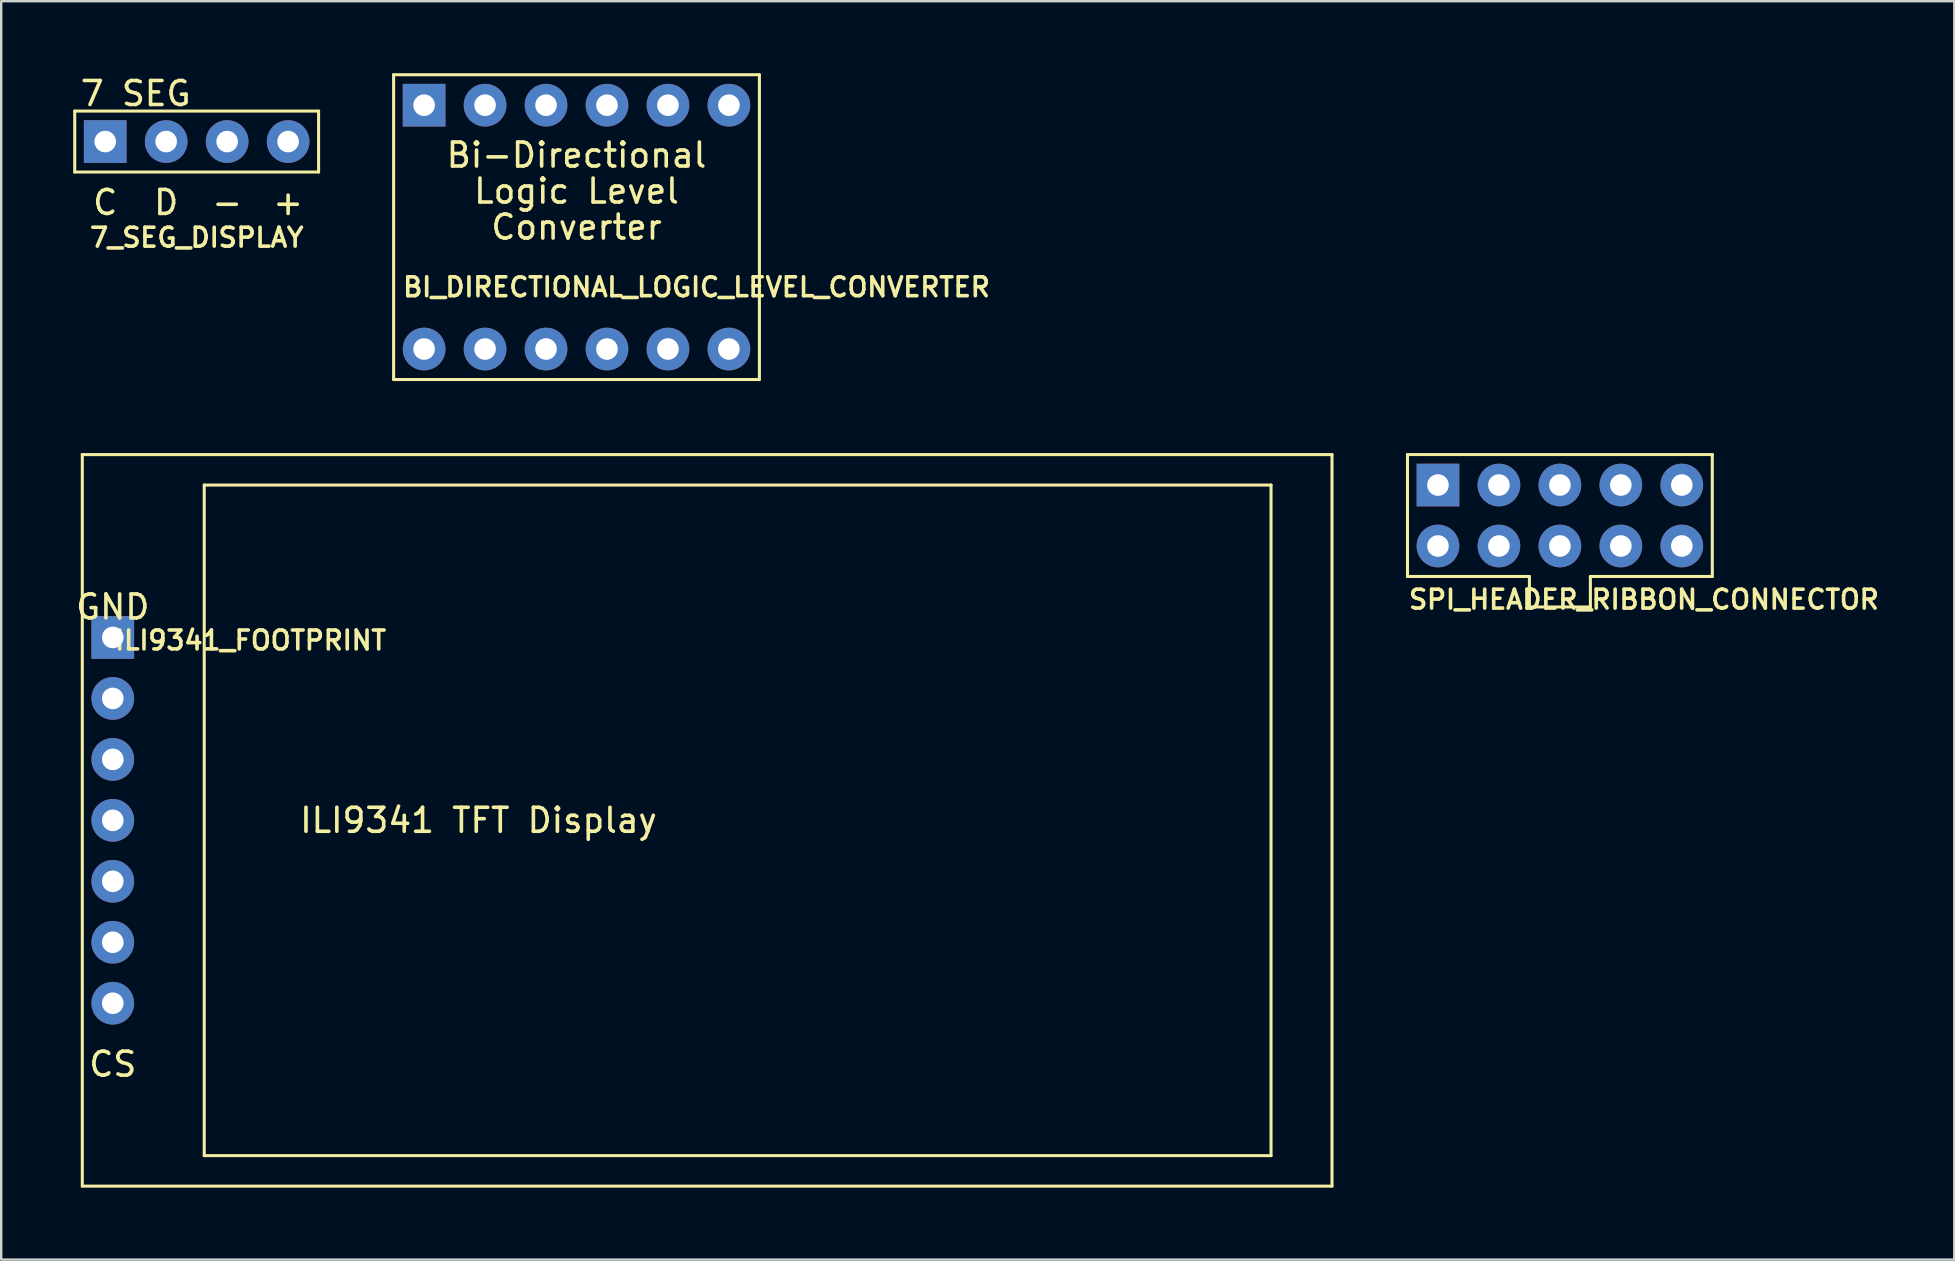
<source format=kicad_pcb>
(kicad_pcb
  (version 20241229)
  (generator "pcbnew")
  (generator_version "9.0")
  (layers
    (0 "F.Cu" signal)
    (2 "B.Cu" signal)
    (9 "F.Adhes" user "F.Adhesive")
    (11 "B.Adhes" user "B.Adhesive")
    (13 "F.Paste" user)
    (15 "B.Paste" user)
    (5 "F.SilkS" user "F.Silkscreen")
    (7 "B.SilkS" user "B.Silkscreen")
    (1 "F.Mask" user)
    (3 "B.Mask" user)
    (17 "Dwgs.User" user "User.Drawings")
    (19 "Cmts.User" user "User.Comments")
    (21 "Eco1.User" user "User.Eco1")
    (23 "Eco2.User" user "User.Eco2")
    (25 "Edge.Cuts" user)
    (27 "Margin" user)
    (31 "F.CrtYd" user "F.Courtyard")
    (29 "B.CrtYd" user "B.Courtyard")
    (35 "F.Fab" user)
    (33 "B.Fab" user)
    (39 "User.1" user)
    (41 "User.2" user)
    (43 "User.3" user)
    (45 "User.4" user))
  (footprint "7_SEG_DISPLAY"
    (layer "F.Cu")
    (at 5.144 2.848)
    (property "Reference" "7_SEG_DISPLAY" (at 0 4 0) (layer "F.SilkS") (effects (font (size 0.787 0.787) (thickness 0.15))))
    (attr through_hole)
    (fp_line (start -5.08 -1.27) (end -5.08 1.27) (stroke (width 0.127) (type solid)) (layer "F.SilkS"))
    (fp_line (start -5.08 1.27) (end 5.08 1.27) (stroke (width 0.127) (type solid)) (layer "F.SilkS"))
    (fp_line (start 5.08 -1.27) (end -5.08 -1.27) (stroke (width 0.127) (type solid)) (layer "F.SilkS"))
    (fp_line (start 5.08 1.27) (end 5.08 -1.27) (stroke (width 0.127) (type solid)) (layer "F.SilkS"))
    (fp_text user "D" (at -1.27 2.54 0) (layer "F.SilkS") (effects (font (size 1 1) (thickness 0.15))))
    (fp_text user "C" (at -3.81 2.54 0) (layer "F.SilkS") (effects (font (size 1 1) (thickness 0.15))))
    (fp_text user "7 SEG" (at -2.54 -2 0) (layer "F.SilkS") (effects (font (size 1 1) (thickness 0.15))))
    (fp_text user "-" (at 1.27 2.54 0) (layer "F.SilkS") (effects (font (size 1 1) (thickness 0.15))))
    (fp_text user "+" (at 3.81 2.54 0) (layer "F.SilkS") (effects (font (size 1 1) (thickness 0.15))))
    (pad "CLK" thru_hole rect (at -3.81 0) (size 1.778 1.778) (drill 0.9) (layers "*.Cu" "*.Mask"))
    (pad "DIO" thru_hole circle (at -1.27 0) (size 1.778 1.778) (drill 0.9) (layers "*.Cu" "*.Mask"))
    (pad "GND" thru_hole circle (at 1.27 0) (size 1.778 1.778) (drill 0.9) (layers "*.Cu" "*.Mask"))
    (pad "VCC" thru_hole circle (at 3.81 0) (size 1.778 1.778) (drill 0.9) (layers "*.Cu" "*.Mask")))
  (footprint "SPI_HEADER_RIBBON_CONNECTOR"
    (layer "F.Cu")
    (at 61.945 18.43)
    (property "Reference" "SPI_HEADER_RIBBON_CONNECTOR" (at 3.5 3.5 0) (layer "F.SilkS") (effects (font (size 0.787 0.787) (thickness 0.15))))
    (attr through_hole)
    (fp_line (start -6.35 -2.54) (end -6.35 2.54) (stroke (width 0.127) (type solid)) (layer "F.SilkS"))
    (fp_line (start -6.35 2.54) (end -1.27 2.54) (stroke (width 0.127) (type solid)) (layer "F.SilkS"))
    (fp_line (start -1.27 2.54) (end -1.27 3.81) (stroke (width 0.127) (type solid)) (layer "F.SilkS"))
    (fp_line (start -1.27 3.81) (end 1.27 3.81) (stroke (width 0.127) (type solid)) (layer "F.SilkS"))
    (fp_line (start 1.27 2.54) (end 6.35 2.54) (stroke (width 0.127) (type solid)) (layer "F.SilkS"))
    (fp_line (start 1.27 3.81) (end 1.27 2.54) (stroke (width 0.127) (type solid)) (layer "F.SilkS"))
    (fp_line (start 6.35 -2.54) (end -6.35 -2.54) (stroke (width 0.127) (type solid)) (layer "F.SilkS"))
    (fp_line (start 6.35 2.54) (end 6.35 -2.54) (stroke (width 0.127) (type solid)) (layer "F.SilkS"))
    (pad "3V3" thru_hole rect (at -5.08 -1.27) (size 1.778 1.778) (drill 0.9) (layers "*.Cu" "*.Mask"))
    (pad "5V" thru_hole circle (at -2.54 -1.27) (size 1.778 1.778) (drill 0.9) (layers "*.Cu" "*.Mask"))
    (pad "GND" thru_hole circle (at 0 -1.27) (size 1.778 1.778) (drill 0.9) (layers "*.Cu" "*.Mask"))
    (pad "MISO" thru_hole circle (at 5.08 1.27) (size 1.778 1.778) (drill 0.9) (layers "*.Cu" "*.Mask"))
    (pad "MOSI" thru_hole circle (at 5.08 -1.27) (size 1.778 1.778) (drill 0.9) (layers "*.Cu" "*.Mask"))
    (pad "SCK" thru_hole circle (at 2.54 -1.27) (size 1.778 1.778) (drill 0.9) (layers "*.Cu" "*.Mask"))
    (pad "SD_CS" thru_hole circle (at 2.54 1.27) (size 1.778 1.778) (drill 0.9) (layers "*.Cu" "*.Mask"))
    (pad "SPKR" thru_hole circle (at -5.08 1.27) (size 1.778 1.778) (drill 0.9) (layers "*.Cu" "*.Mask"))
    (pad "TFT_CS" thru_hole circle (at 0 1.27) (size 1.778 1.778) (drill 0.9) (layers "*.Cu" "*.Mask"))
    (pad "TFT_DC" thru_hole circle (at -2.54 1.27) (size 1.778 1.778) (drill 0.9) (layers "*.Cu" "*.Mask")))
  (footprint "ILI9341_FOOTPRINT"
    (layer "F.Cu")
    (at 16.889 31.131)
    (property "Reference" "ILI9341_FOOTPRINT" (at -9.5 -7.5 0) (layer "F.SilkS") (effects (font (size 0.787 0.787) (thickness 0.15))))
    (attr through_hole)
    (fp_line (start -16.51 -15.24) (end -16.51 15.24) (stroke (width 0.127) (type solid)) (layer "F.SilkS"))
    (fp_line (start -16.51 15.24) (end 35.56 15.24) (stroke (width 0.127) (type solid)) (layer "F.SilkS"))
    (fp_line (start -11.43 -13.97) (end -11.43 13.97) (stroke (width 0.127) (type solid)) (layer "F.SilkS"))
    (fp_line (start -11.43 13.97) (end 33.02 13.97) (stroke (width 0.127) (type solid)) (layer "F.SilkS"))
    (fp_line (start 33.02 -13.97) (end -11.43 -13.97) (stroke (width 0.127) (type solid)) (layer "F.SilkS"))
    (fp_line (start 33.02 13.97) (end 33.02 -13.97) (stroke (width 0.127) (type solid)) (layer "F.SilkS"))
    (fp_line (start 35.56 -15.24) (end -16.51 -15.24) (stroke (width 0.127) (type solid)) (layer "F.SilkS"))
    (fp_line (start 35.56 15.24) (end 35.56 -15.24) (stroke (width 0.127) (type solid)) (layer "F.SilkS"))
    (fp_text user "ILI9341 TFT Display" (at 0 0 0) (layer "F.SilkS") (effects (font (size 1 1) (thickness 0.15))))
    (fp_text user "GND" (at -15.24 -8.89 0) (layer "F.SilkS") (effects (font (size 1 1) (thickness 0.15))))
    (fp_text user "CS" (at -15.24 10.16 0) (layer "F.SilkS") (effects (font (size 1 1) (thickness 0.15))))
    (pad "CS" thru_hole circle (at -15.24 7.62) (size 1.778 1.778) (drill 0.9) (layers "*.Cu" "*.Mask"))
    (pad "DC" thru_hole circle (at -15.24 5.08) (size 1.778 1.778) (drill 0.9) (layers "*.Cu" "*.Mask"))
    (pad "GND" thru_hole rect (at -15.24 -7.62) (size 1.778 1.778) (drill 0.9) (layers "*.Cu" "*.Mask"))
    (pad "RST" thru_hole circle (at -15.24 2.54) (size 1.778 1.778) (drill 0.9) (layers "*.Cu" "*.Mask"))
    (pad "SCK" thru_hole circle (at -15.24 -2.54) (size 1.778 1.778) (drill 0.9) (layers "*.Cu" "*.Mask"))
    (pad "SDA" thru_hole circle (at -15.24 0) (size 1.778 1.778) (drill 0.9) (layers "*.Cu" "*.Mask"))
    (pad "VCC" thru_hole circle (at -15.24 -5.08) (size 1.778 1.778) (drill 0.9) (layers "*.Cu" "*.Mask")))
  (footprint "BI_DIRECTIONAL_LOGIC_LEVEL_CONVERTER"
    (layer "F.Cu")
    (at 20.971 6.413)
    (property "Reference" "BI_DIRECTIONAL_LOGIC_LEVEL_CONVERTER" (at 5 2.5 0) (layer "F.SilkS") (effects (font (size 0.787 0.787) (thickness 0.15))))
    (attr through_hole)
    (fp_line (start -7.62 -6.35) (end -7.62 6.35) (stroke (width 0.127) (type solid)) (layer "F.SilkS"))
    (fp_line (start -7.62 6.35) (end 7.62 6.35) (stroke (width 0.127) (type solid)) (layer "F.SilkS"))
    (fp_line (start 7.62 -6.35) (end -7.62 -6.35) (stroke (width 0.127) (type solid)) (layer "F.SilkS"))
    (fp_line (start 7.62 6.35) (end 7.62 -6.35) (stroke (width 0.127) (type solid)) (layer "F.SilkS"))
    (fp_text user "Logic Level" (at 0 -1.5 0) (layer "F.SilkS") (effects (font (size 1 1) (thickness 0.15))))
    (fp_text user "Converter" (at 0 0 0) (layer "F.SilkS") (effects (font (size 1 1) (thickness 0.15))))
    (fp_text user "Bi-Directional" (at 0 -3 0) (layer "F.SilkS") (effects (font (size 1 1) (thickness 0.15))))
    (pad "GND1" thru_hole circle (at 1.27 -5.08) (size 1.778 1.778) (drill 0.9) (layers "*.Cu" "*.Mask"))
    (pad "GND2" thru_hole circle (at 1.27 5.08) (size 1.778 1.778) (drill 0.9) (layers "*.Cu" "*.Mask"))
    (pad "HV" thru_hole circle (at -1.27 -5.08) (size 1.778 1.778) (drill 0.9) (layers "*.Cu" "*.Mask"))
    (pad "HV1" thru_hole rect (at -6.35 -5.08) (size 1.778 1.778) (drill 0.9) (layers "*.Cu" "*.Mask"))
    (pad "HV2" thru_hole circle (at -3.81 -5.08) (size 1.778 1.778) (drill 0.9) (layers "*.Cu" "*.Mask"))
    (pad "HV3" thru_hole circle (at 3.81 -5.08) (size 1.778 1.778) (drill 0.9) (layers "*.Cu" "*.Mask"))
    (pad "HV4" thru_hole circle (at 6.35 -5.08) (size 1.778 1.778) (drill 0.9) (layers "*.Cu" "*.Mask"))
    (pad "LV" thru_hole circle (at -1.27 5.08) (size 1.778 1.778) (drill 0.9) (layers "*.Cu" "*.Mask"))
    (pad "LV1" thru_hole circle (at -6.35 5.08) (size 1.778 1.778) (drill 0.9) (layers "*.Cu" "*.Mask"))
    (pad "LV2" thru_hole circle (at -3.81 5.08) (size 1.778 1.778) (drill 0.9) (layers "*.Cu" "*.Mask"))
    (pad "LV3" thru_hole circle (at 3.81 5.08) (size 1.778 1.778) (drill 0.9) (layers "*.Cu" "*.Mask"))
    (pad "LV4" thru_hole circle (at 6.35 5.08) (size 1.778 1.778) (drill 0.9) (layers "*.Cu" "*.Mask")))
  (gr_rect
    (start -3 -3)
    (end 78.377 49.434)
    (stroke (width 0.1) (type default))
    (fill no)
    (layer "Edge.Cuts")))
</source>
